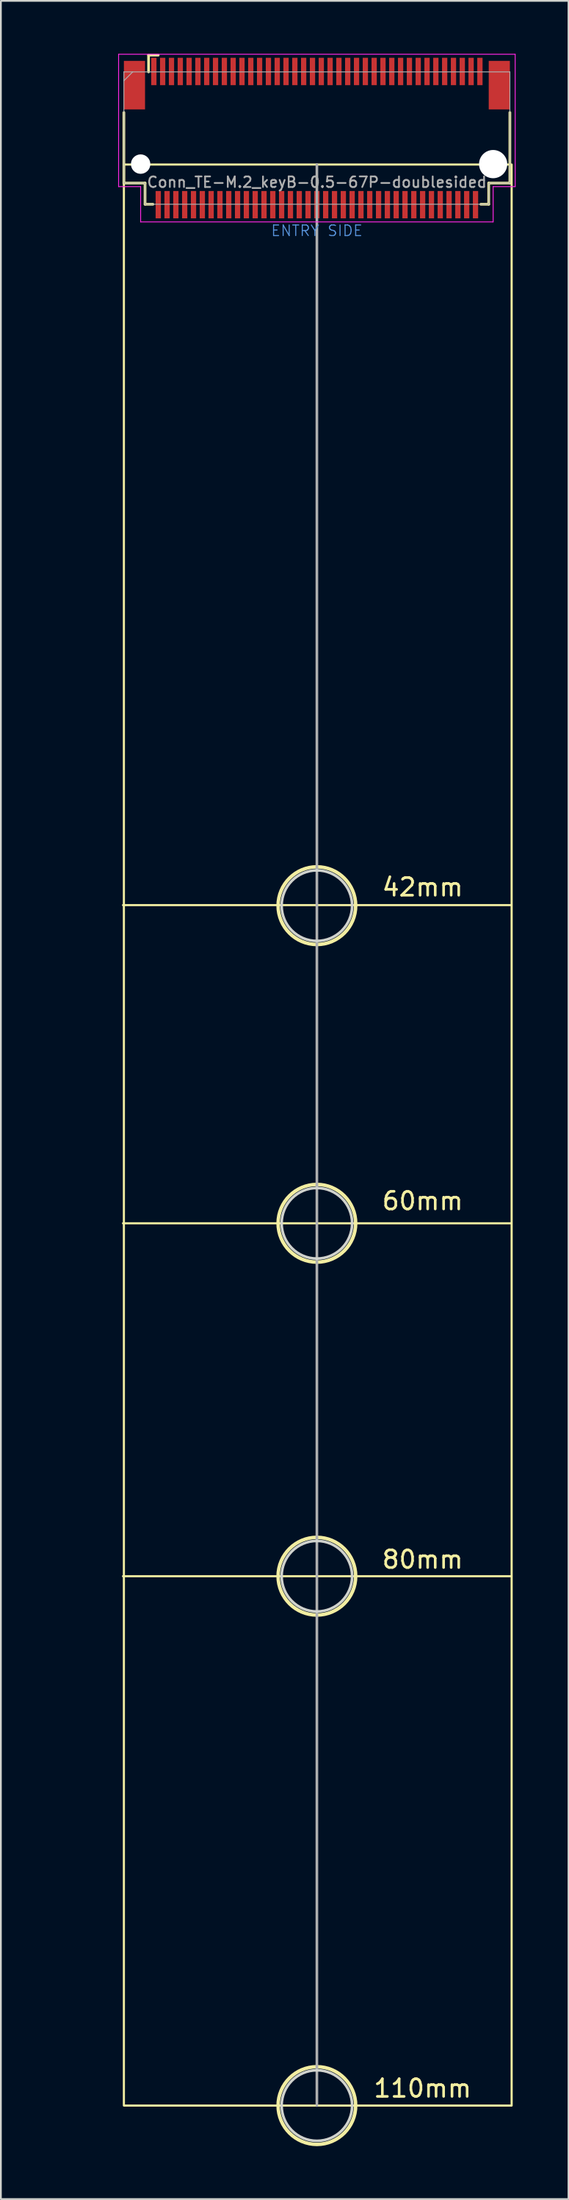
<source format=kicad_pcb>
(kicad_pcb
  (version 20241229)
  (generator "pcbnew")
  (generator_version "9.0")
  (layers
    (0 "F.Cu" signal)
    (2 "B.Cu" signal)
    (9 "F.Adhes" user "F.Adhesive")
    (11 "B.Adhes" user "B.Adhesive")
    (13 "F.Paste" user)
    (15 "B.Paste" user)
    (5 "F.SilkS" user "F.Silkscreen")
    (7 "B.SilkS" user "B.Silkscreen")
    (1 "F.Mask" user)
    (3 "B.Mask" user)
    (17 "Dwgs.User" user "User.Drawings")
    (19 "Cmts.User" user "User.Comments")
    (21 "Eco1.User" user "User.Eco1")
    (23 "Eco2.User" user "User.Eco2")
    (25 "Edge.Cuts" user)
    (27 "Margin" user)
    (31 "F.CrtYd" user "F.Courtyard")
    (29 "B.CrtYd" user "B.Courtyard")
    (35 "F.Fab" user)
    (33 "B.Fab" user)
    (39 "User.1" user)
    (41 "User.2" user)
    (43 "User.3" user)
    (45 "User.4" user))
  (footprint "Conn_TE-M.2_keyB-0.5-67P-doublesided"
    (layer "F.Cu")
    (at 14.929 6.08)
    (property "Reference" "Conn_TE-M.2_keyB-0.5-67P-doublesided" (at 0 1.195 0) (layer "F.Fab") (effects (font (size 0.6 0.6) (thickness 0.1))))
    (attr through_hole)
    (fp_line (start -10.95 1.245) (end -10.95 -2.755) (stroke (width 0.15) (type solid)) (layer "F.SilkS"))
    (fp_line (start -9.75 1.245) (end -10.95 1.245) (stroke (width 0.15) (type solid)) (layer "F.SilkS"))
    (fp_line (start -9.75 2.445) (end -9.75 1.245) (stroke (width 0.15) (type solid)) (layer "F.SilkS"))
    (fp_line (start -9.55 -6.005) (end -9 -6.005) (stroke (width 0.15) (type solid)) (layer "F.SilkS"))
    (fp_line (start -9.55 -5.055) (end -9.55 -6.005) (stroke (width 0.15) (type solid)) (layer "F.SilkS"))
    (fp_line (start -9.3 2.445) (end -9.75 2.445) (stroke (width 0.15) (type solid)) (layer "F.SilkS"))
    (fp_line (start 9.75 1.245) (end 9.75 2.445) (stroke (width 0.15) (type solid)) (layer "F.SilkS"))
    (fp_line (start 9.75 2.445) (end 9.3 2.445) (stroke (width 0.15) (type solid)) (layer "F.SilkS"))
    (fp_line (start 10.95 1.245) (end 9.75 1.245) (stroke (width 0.15) (type solid)) (layer "F.SilkS"))
    (fp_line (start 10.95 1.245) (end 10.95 -2.755) (stroke (width 0.15) (type solid)) (layer "F.SilkS"))
    (fp_line (start 11 42.164) (end -11 42.164) (stroke (width 0.12) (type solid)) (layer "F.SilkS"))
    (fp_line (start 11 60.195) (end -11 60.195) (stroke (width 0.12) (type solid)) (layer "F.SilkS"))
    (fp_line (start 11 80.195) (end -11 80.195) (stroke (width 0.12) (type solid)) (layer "F.SilkS"))
    (fp_rect (start -10.95 0.195) (end 11.05 110.195) (stroke (width 0.12) (type solid)) (fill no) (layer "F.SilkS"))
    (fp_circle (center 0 42.195) (end 2.2 42.195) (stroke (width 0.2) (type solid)) (fill no) (layer "F.SilkS"))
    (fp_circle (center 0 60.195) (end 2.2 60.195) (stroke (width 0.2) (type solid)) (fill no) (layer "F.SilkS"))
    (fp_circle (center 0 80.195) (end 2.2 80.195) (stroke (width 0.2) (type solid)) (fill no) (layer "F.SilkS"))
    (fp_circle (center 0 110.195) (end 2.2 110.195) (stroke (width 0.2) (type solid)) (fill no) (layer "F.SilkS"))
    (fp_circle (center 0 42.195) (end 2 42.195) (stroke (width 0.15) (type solid)) (fill no) (layer "Edge.Cuts"))
    (fp_circle (center 0 60.195) (end 2 60.195) (stroke (width 0.15) (type solid)) (fill no) (layer "Edge.Cuts"))
    (fp_circle (center 0 80.195) (end 2 80.195) (stroke (width 0.15) (type solid)) (fill no) (layer "Edge.Cuts"))
    (fp_circle (center 0 110.195) (end 2 110.195) (stroke (width 0.15) (type solid)) (fill no) (layer "Edge.Cuts"))
    (fp_line (start -11.25 -6.055) (end 11.25 -6.055) (stroke (width 0.05) (type solid)) (layer "F.CrtYd"))
    (fp_line (start -11.25 1.445) (end -11.25 -6.055) (stroke (width 0.05) (type solid)) (layer "F.CrtYd"))
    (fp_line (start -10 1.445) (end -11.25 1.445) (stroke (width 0.05) (type solid)) (layer "F.CrtYd"))
    (fp_line (start -10 3.445) (end -10 1.445) (stroke (width 0.05) (type solid)) (layer "F.CrtYd"))
    (fp_line (start 10 1.445) (end 10 3.445) (stroke (width 0.05) (type solid)) (layer "F.CrtYd"))
    (fp_line (start 10 3.445) (end -10 3.445) (stroke (width 0.05) (type solid)) (layer "F.CrtYd"))
    (fp_line (start 11.25 -6.055) (end 11.25 1.445) (stroke (width 0.05) (type solid)) (layer "F.CrtYd"))
    (fp_line (start 11.25 1.445) (end 10 1.445) (stroke (width 0.05) (type solid)) (layer "F.CrtYd"))
    (fp_line (start -10.95 -5.055) (end -10.95 1.245) (stroke (width 0.05) (type solid)) (layer "F.Fab"))
    (fp_line (start -10.95 -5.055) (end 10.95 -5.055) (stroke (width 0.05) (type solid)) (layer "F.Fab"))
    (fp_line (start -10.95 -4.555) (end -10.45 -5.055) (stroke (width 0.05) (type solid)) (layer "F.Fab"))
    (fp_line (start -10.95 1.245) (end -9.75 1.245) (stroke (width 0.05) (type solid)) (layer "F.Fab"))
    (fp_line (start -9.75 1.245) (end -9.75 2.445) (stroke (width 0.05) (type solid)) (layer "F.Fab"))
    (fp_line (start -9.75 2.445) (end 9.75 2.445) (stroke (width 0.05) (type solid)) (layer "F.Fab"))
    (fp_line (start 0 110.195) (end 0 0.195) (stroke (width 0.15) (type solid)) (layer "F.Fab"))
    (fp_line (start 9.75 1.245) (end 9.75 2.445) (stroke (width 0.05) (type solid)) (layer "F.Fab"))
    (fp_line (start 10.95 1.245) (end 9.75 1.245) (stroke (width 0.05) (type solid)) (layer "F.Fab"))
    (fp_line (start 10.95 1.245) (end 10.95 -5.055) (stroke (width 0.05) (type solid)) (layer "F.Fab"))
    (fp_text user "42mm" (at 6 41.148 0) (layer "F.SilkS") (effects (font (size 1 1) (thickness 0.15))))
    (fp_text user "80mm" (at 6 79.248 0) (layer "F.SilkS") (effects (font (size 1 1) (thickness 0.15))))
    (fp_text user "60mm" (at 6 58.928 0) (layer "F.SilkS") (effects (font (size 1 1) (thickness 0.15))))
    (fp_text user "110mm" (at 6 109.22 0) (layer "F.SilkS") (effects (font (size 1 1) (thickness 0.15))))
    (fp_text user "ENTRY SIDE" (at 0 3.945 0) (layer "Cmts.User") (effects (font (size 0.6 0.6) (thickness 0.06))))
    (fp_text user "${REFERENCE}" (at -10.1 -4.605 0) (layer "Eco1.User") (effects (font (size 0.3 0.3) (thickness 0.03))))
    (pad "" smd rect (at -10.35 -4.305) (size 1.2 2.75) (layers "F.Cu" "F.Mask" "F.Paste"))
    (pad "" np_thru_hole circle (at -10 0.17) (size 1.1 1.1) (drill 1.1) (layers "*.Cu"))
    (pad "" np_thru_hole circle (at 10 0.17) (size 1.6 1.6) (drill 1.6) (layers "*.Cu"))
    (pad "" smd rect (at 10.35 -4.305) (size 1.2 2.75) (layers "F.Cu" "F.Mask" "F.Paste"))
    (pad "1" smd rect (at -9.25 -5.08) (size 0.3 1.55) (layers "F.Cu" "F.Mask" "F.Paste"))
    (pad "2" smd rect (at -9 2.47) (size 0.3 1.55) (layers "F.Cu" "F.Mask" "F.Paste"))
    (pad "3" smd rect (at -8.75 -5.08) (size 0.3 1.55) (layers "F.Cu" "F.Mask" "F.Paste"))
    (pad "4" smd rect (at -8.5 2.47) (size 0.3 1.55) (layers "F.Cu" "F.Mask" "F.Paste"))
    (pad "5" smd rect (at -8.25 -5.08) (size 0.3 1.55) (layers "F.Cu" "F.Mask" "F.Paste"))
    (pad "6" smd rect (at -8 2.47) (size 0.3 1.55) (layers "F.Cu" "F.Mask" "F.Paste"))
    (pad "7" smd rect (at -7.75 -5.08) (size 0.3 1.55) (layers "F.Cu" "F.Mask" "F.Paste"))
    (pad "8" smd rect (at -7.5 2.47) (size 0.3 1.55) (layers "F.Cu" "F.Mask" "F.Paste"))
    (pad "9" smd rect (at -7.25 -5.08) (size 0.3 1.55) (layers "F.Cu" "F.Mask" "F.Paste"))
    (pad "10" smd rect (at -7 2.47) (size 0.3 1.55) (layers "F.Cu" "F.Mask" "F.Paste"))
    (pad "11" smd rect (at -6.75 -5.08) (size 0.3 1.55) (layers "F.Cu" "F.Mask" "F.Paste"))
    (pad "12" smd rect (at -6.5 2.47) (size 0.3 1.55) (layers "F.Cu" "F.Mask" "F.Paste"))
    (pad "13" smd rect (at -6.25 -5.08) (size 0.3 1.55) (layers "F.Cu" "F.Mask" "F.Paste"))
    (pad "14" smd rect (at -6 2.47) (size 0.3 1.55) (layers "F.Cu" "F.Mask" "F.Paste"))
    (pad "15" smd rect (at -5.75 -5.08) (size 0.3 1.55) (layers "F.Cu" "F.Mask" "F.Paste"))
    (pad "16" smd rect (at -5.5 2.47) (size 0.3 1.55) (layers "F.Cu" "F.Mask" "F.Paste"))
    (pad "17" smd rect (at -5.25 -5.08) (size 0.3 1.55) (layers "F.Cu" "F.Mask" "F.Paste"))
    (pad "18" smd rect (at -5 2.47) (size 0.3 1.55) (layers "F.Cu" "F.Mask" "F.Paste"))
    (pad "19" smd rect (at -4.75 -5.08) (size 0.3 1.55) (layers "F.Cu" "F.Mask" "F.Paste"))
    (pad "20" smd rect (at -4.5 2.47) (size 0.3 1.55) (layers "F.Cu" "F.Mask" "F.Paste"))
    (pad "21" smd rect (at -4.25 -5.08) (size 0.3 1.55) (layers "F.Cu" "F.Mask" "F.Paste"))
    (pad "22" smd rect (at -4 2.47) (size 0.3 1.55) (layers "F.Cu" "F.Mask" "F.Paste"))
    (pad "23" smd rect (at -3.75 -5.08) (size 0.3 1.55) (layers "F.Cu" "F.Mask" "F.Paste"))
    (pad "24" smd rect (at -3.5 2.47) (size 0.3 1.55) (layers "F.Cu" "F.Mask" "F.Paste"))
    (pad "25" smd rect (at -3.25 -5.08) (size 0.3 1.55) (layers "F.Cu" "F.Mask" "F.Paste"))
    (pad "26" smd rect (at -3 2.47) (size 0.3 1.55) (layers "F.Cu" "F.Mask" "F.Paste"))
    (pad "27" smd rect (at -2.75 -5.08) (size 0.3 1.55) (layers "F.Cu" "F.Mask" "F.Paste"))
    (pad "28" smd rect (at -2.5 2.47) (size 0.3 1.55) (layers "F.Cu" "F.Mask" "F.Paste"))
    (pad "29" smd rect (at -2.25 -5.08) (size 0.3 1.55) (layers "F.Cu" "F.Mask" "F.Paste"))
    (pad "30" smd rect (at -2 2.47) (size 0.3 1.55) (layers "F.Cu" "F.Mask" "F.Paste"))
    (pad "31" smd rect (at -1.75 -5.08) (size 0.3 1.55) (layers "F.Cu" "F.Mask" "F.Paste"))
    (pad "32" smd rect (at -1.5 2.47) (size 0.3 1.55) (layers "F.Cu" "F.Mask" "F.Paste"))
    (pad "33" smd rect (at -1.25 -5.08) (size 0.3 1.55) (layers "F.Cu" "F.Mask" "F.Paste"))
    (pad "34" smd rect (at -1 2.47) (size 0.3 1.55) (layers "F.Cu" "F.Mask" "F.Paste"))
    (pad "35" smd rect (at -0.75 -5.08) (size 0.3 1.55) (layers "F.Cu" "F.Mask" "F.Paste"))
    (pad "36" smd rect (at -0.5 2.47) (size 0.3 1.55) (layers "F.Cu" "F.Mask" "F.Paste"))
    (pad "37" smd rect (at -0.25 -5.08) (size 0.3 1.55) (layers "F.Cu" "F.Mask" "F.Paste"))
    (pad "38" smd rect (at 0 2.47) (size 0.3 1.55) (layers "F.Cu" "F.Mask" "F.Paste"))
    (pad "39" smd rect (at 0.25 -5.08) (size 0.3 1.55) (layers "F.Cu" "F.Mask" "F.Paste"))
    (pad "40" smd rect (at 0.5 2.47) (size 0.3 1.55) (layers "F.Cu" "F.Mask" "F.Paste"))
    (pad "41" smd rect (at 0.75 -5.08) (size 0.3 1.55) (layers "F.Cu" "F.Mask" "F.Paste"))
    (pad "42" smd rect (at 1 2.47) (size 0.3 1.55) (layers "F.Cu" "F.Mask" "F.Paste"))
    (pad "43" smd rect (at 1.25 -5.08) (size 0.3 1.55) (layers "F.Cu" "F.Mask" "F.Paste"))
    (pad "44" smd rect (at 1.5 2.47) (size 0.3 1.55) (layers "F.Cu" "F.Mask" "F.Paste"))
    (pad "45" smd rect (at 1.75 -5.08) (size 0.3 1.55) (layers "F.Cu" "F.Mask" "F.Paste"))
    (pad "46" smd rect (at 2 2.47) (size 0.3 1.55) (layers "F.Cu" "F.Mask" "F.Paste"))
    (pad "47" smd rect (at 2.25 -5.08) (size 0.3 1.55) (layers "F.Cu" "F.Mask" "F.Paste"))
    (pad "48" smd rect (at 2.5 2.47) (size 0.3 1.55) (layers "F.Cu" "F.Mask" "F.Paste"))
    (pad "49" smd rect (at 2.75 -5.08) (size 0.3 1.55) (layers "F.Cu" "F.Mask" "F.Paste"))
    (pad "50" smd rect (at 3 2.47) (size 0.3 1.55) (layers "F.Cu" "F.Mask" "F.Paste"))
    (pad "51" smd rect (at 3.25 -5.08) (size 0.3 1.55) (layers "F.Cu" "F.Mask" "F.Paste"))
    (pad "52" smd rect (at 3.5 2.47) (size 0.3 1.55) (layers "F.Cu" "F.Mask" "F.Paste"))
    (pad "53" smd rect (at 3.75 -5.08) (size 0.3 1.55) (layers "F.Cu" "F.Mask" "F.Paste"))
    (pad "54" smd rect (at 4 2.47) (size 0.3 1.55) (layers "F.Cu" "F.Mask" "F.Paste"))
    (pad "55" smd rect (at 4.25 -5.08) (size 0.3 1.55) (layers "F.Cu" "F.Mask" "F.Paste"))
    (pad "56" smd rect (at 4.5 2.47) (size 0.3 1.55) (layers "F.Cu" "F.Mask" "F.Paste"))
    (pad "57" smd rect (at 4.75 -5.08) (size 0.3 1.55) (layers "F.Cu" "F.Mask" "F.Paste"))
    (pad "58" smd rect (at 5 2.47) (size 0.3 1.55) (layers "F.Cu" "F.Mask" "F.Paste"))
    (pad "59" smd rect (at 5.25 -5.08) (size 0.3 1.55) (layers "F.Cu" "F.Mask" "F.Paste"))
    (pad "60" smd rect (at 5.5 2.47) (size 0.3 1.55) (layers "F.Cu" "F.Mask" "F.Paste"))
    (pad "61" smd rect (at 5.75 -5.08) (size 0.3 1.55) (layers "F.Cu" "F.Mask" "F.Paste"))
    (pad "62" smd rect (at 6 2.47) (size 0.3 1.55) (layers "F.Cu" "F.Mask" "F.Paste"))
    (pad "63" smd rect (at 6.25 -5.08) (size 0.3 1.55) (layers "F.Cu" "F.Mask" "F.Paste"))
    (pad "64" smd rect (at 6.5 2.47) (size 0.3 1.55) (layers "F.Cu" "F.Mask" "F.Paste"))
    (pad "65" smd rect (at 6.75 -5.08) (size 0.3 1.55) (layers "F.Cu" "F.Mask" "F.Paste"))
    (pad "66" smd rect (at 7 2.47) (size 0.3 1.55) (layers "F.Cu" "F.Mask" "F.Paste"))
    (pad "67" smd rect (at 7.25 -5.08) (size 0.3 1.55) (layers "F.Cu" "F.Mask" "F.Paste"))
    (pad "68" smd rect (at 7.5 2.47) (size 0.3 1.55) (layers "F.Cu" "F.Mask" "F.Paste"))
    (pad "69" smd rect (at 7.75 -5.08) (size 0.3 1.55) (layers "F.Cu" "F.Mask" "F.Paste"))
    (pad "70" smd rect (at 8 2.47) (size 0.3 1.55) (layers "F.Cu" "F.Mask" "F.Paste"))
    (pad "71" smd rect (at 8.25 -5.08) (size 0.3 1.55) (layers "F.Cu" "F.Mask" "F.Paste"))
    (pad "72" smd rect (at 8.5 2.47) (size 0.3 1.55) (layers "F.Cu" "F.Mask" "F.Paste"))
    (pad "73" smd rect (at 8.75 -5.08) (size 0.3 1.55) (layers "F.Cu" "F.Mask" "F.Paste"))
    (pad "74" smd rect (at 9 2.47) (size 0.3 1.55) (layers "F.Cu" "F.Mask" "F.Paste"))
    (pad "75" smd rect (at 9.25 -5.08) (size 0.3 1.55) (layers "F.Cu" "F.Mask" "F.Paste")))
  (gr_rect
    (start -3 -3)
    (end 29.204 121.575)
    (stroke (width 0.1) (type default))
    (fill no)
    (layer "Edge.Cuts")))
</source>
